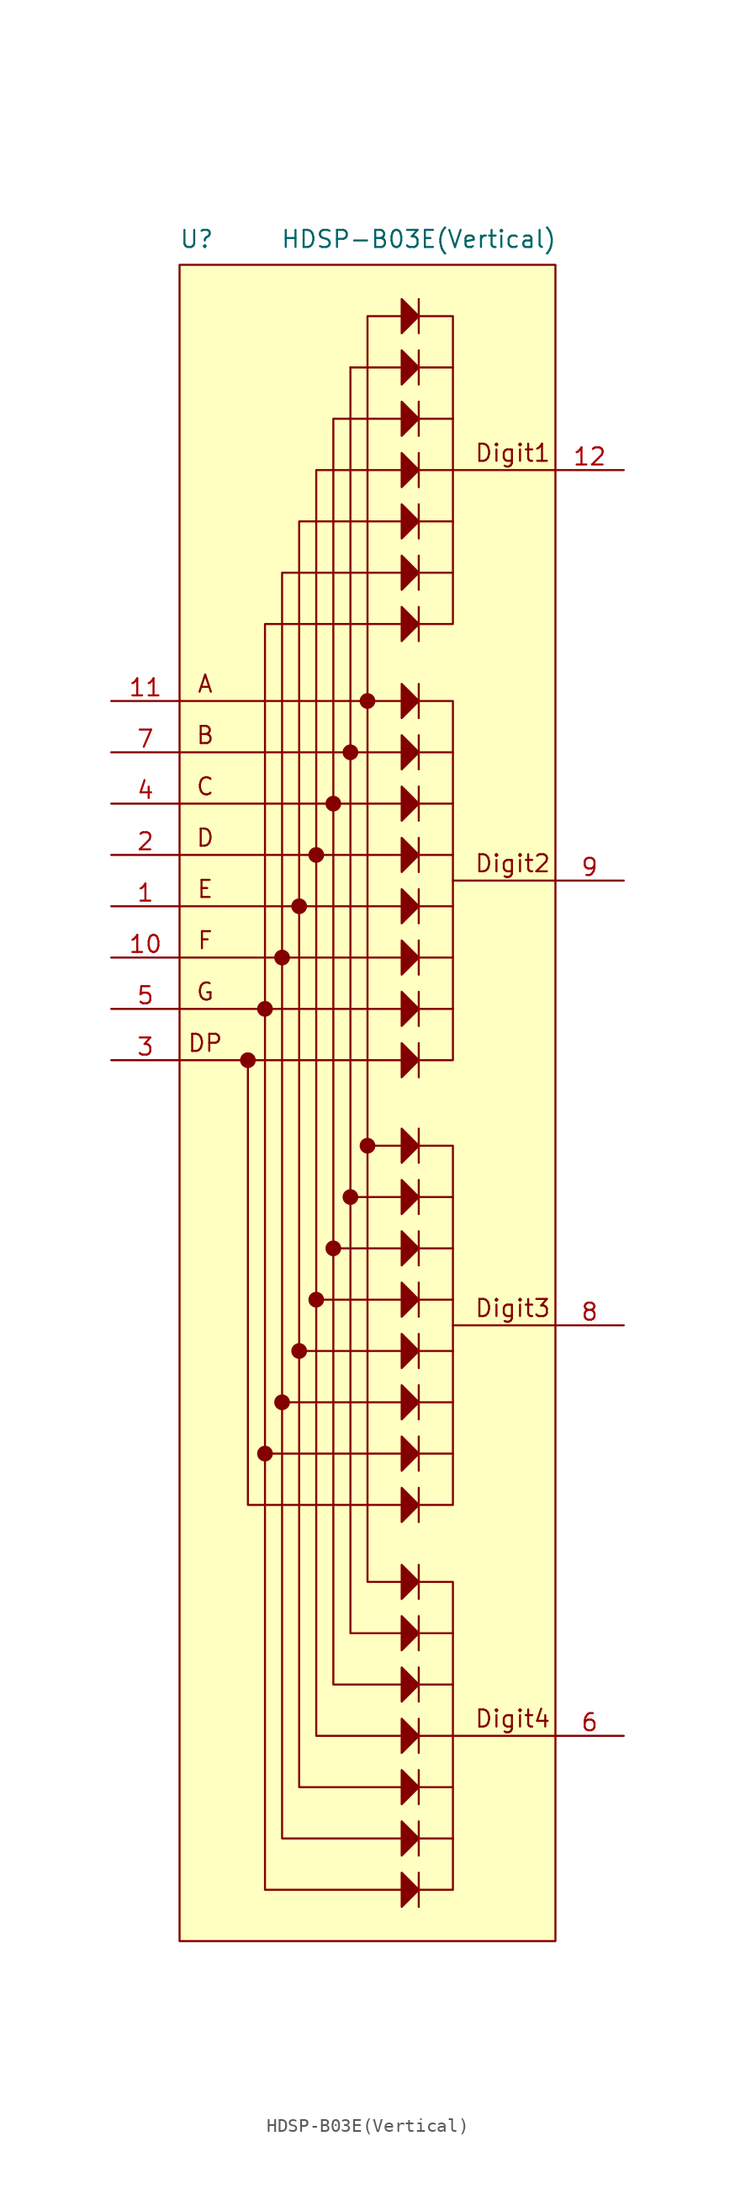
<source format=kicad_sym>
(kicad_symbol_lib
  (version 20220914)
  (generator kicad_symbol_editor)
  (symbol "HDSP-B03E(Vertical)"
    (pin_names
      (offset 1.016))
    (property "Reference" "U"
      (at -12.7 64.77 0)
      (effects (font (size 1.27 1.27))))
    (property "Value" "HDSP-B03E(Vertical)"
      (at 3.81 64.77 0)
      (effects (font (size 1.27 1.27))))
    (symbol "HDSP-B03E(Vertical)_0_1"
      (polyline (pts (xy 3.81 47.625) (xy 6.35 47.625)) (stroke (width 0) (type solid)) (fill (type none)))
      (polyline (pts (xy 6.35 47.625) (xy 13.97 47.625)) (stroke (width 0) (type solid)) (fill (type none))))
    (symbol "HDSP-B03E(Vertical)_1_0"
      (rectangle (start -13.97 62.865) (end 13.97 -61.595) (stroke (width 0) (type solid)) (fill (type background)))
      (polyline (pts (xy -8.89 3.81) (xy -13.97 3.81)) (stroke (width 0) (type solid)) (fill (type none)))
      (polyline (pts (xy -7.62 7.62) (xy -13.97 7.62)) (stroke (width 0) (type solid)) (fill (type none)))
      (polyline (pts (xy -6.35 11.43) (xy -13.97 11.43)) (stroke (width 0) (type solid)) (fill (type none)))
      (polyline (pts (xy -5.08 15.24) (xy -13.97 15.24)) (stroke (width 0) (type solid)) (fill (type none)))
      (polyline (pts (xy -3.81 19.05) (xy -13.97 19.05)) (stroke (width 0) (type solid)) (fill (type none)))
      (polyline (pts (xy -2.54 22.86) (xy -13.97 22.86)) (stroke (width 0) (type solid)) (fill (type none)))
      (polyline (pts (xy -1.27 26.67) (xy -13.97 26.67)) (stroke (width 0) (type solid)) (fill (type none)))
      (polyline (pts (xy 0 30.48) (xy -13.97 30.48)) (stroke (width 0) (type solid)) (fill (type none)))
      (polyline (pts (xy 2.54 -25.4) (xy -7.62 -25.4)) (stroke (width 0) (type solid)) (fill (type none)))
      (polyline (pts (xy 2.54 -21.59) (xy -6.35 -21.59)) (stroke (width 0) (type solid)) (fill (type none)))
      (polyline (pts (xy 2.54 -17.78) (xy -5.08 -17.78)) (stroke (width 0) (type solid)) (fill (type none)))
      (polyline (pts (xy 2.54 -13.97) (xy -3.81 -13.97)) (stroke (width 0) (type solid)) (fill (type none)))
      (polyline (pts (xy 2.54 -10.16) (xy -2.54 -10.16)) (stroke (width 0) (type solid)) (fill (type none)))
      (polyline (pts (xy 2.54 -6.35) (xy -1.27 -6.35)) (stroke (width 0) (type solid)) (fill (type none)))
      (polyline (pts (xy 2.54 -2.54) (xy 0 -2.54)) (stroke (width 0) (type solid)) (fill (type none)))
      (polyline (pts (xy 2.54 7.62) (xy -7.62 7.62)) (stroke (width 0) (type solid)) (fill (type none)))
      (polyline (pts (xy 2.54 11.43) (xy -6.35 11.43)) (stroke (width 0) (type solid)) (fill (type none)))
      (polyline (pts (xy 2.54 15.24) (xy -5.08 15.24)) (stroke (width 0) (type solid)) (fill (type none)))
      (polyline (pts (xy 2.54 19.05) (xy -3.81 19.05)) (stroke (width 0) (type solid)) (fill (type none)))
      (polyline (pts (xy 2.54 22.86) (xy -2.54 22.86)) (stroke (width 0) (type solid)) (fill (type none)))
      (polyline (pts (xy 2.54 26.67) (xy -1.27 26.67)) (stroke (width 0) (type solid)) (fill (type none)))
      (polyline (pts (xy 2.54 30.48) (xy 0 30.48)) (stroke (width 0) (type solid)) (fill (type none)))
      (polyline (pts (xy 2.54 55.245) (xy -1.27 55.245)) (stroke (width 0) (type solid)) (fill (type none)))
      (polyline (pts (xy -1.27 55.245) (xy -1.27 -38.735) (xy 2.54 -38.735)) (stroke (width 0) (type solid)) (fill (type none)))
      (polyline (pts (xy 2.54 3.81) (xy -8.89 3.81) (xy -8.89 -29.21) (xy 2.54 -29.21)) (stroke (width 0) (type solid)) (fill (type none)))
      (polyline (pts (xy 2.54 36.195) (xy -7.62 36.195) (xy -7.62 -57.785) (xy 2.54 -57.785)) (stroke (width 0) (type solid)) (fill (type none)))
      (polyline (pts (xy 2.54 40.005) (xy -6.35 40.005) (xy -6.35 -53.975) (xy 2.54 -53.975)) (stroke (width 0) (type solid)) (fill (type none)))
      (polyline (pts (xy 2.54 43.815) (xy -5.08 43.815) (xy -5.08 -50.165) (xy 2.54 -50.165)) (stroke (width 0) (type solid)) (fill (type none)))
      (polyline (pts (xy 2.54 47.625) (xy -3.81 47.625) (xy -3.81 -46.355) (xy 2.54 -46.355)) (stroke (width 0) (type solid)) (fill (type none)))
      (polyline (pts (xy 2.54 51.435) (xy -2.54 51.435) (xy -2.54 -42.545) (xy 2.54 -42.545)) (stroke (width 0) (type solid)) (fill (type none)))
      (polyline (pts (xy 2.54 59.055) (xy 0 59.055) (xy 0 -34.925) (xy 2.54 -34.925)) (stroke (width 0) (type solid)) (fill (type none)))
      (text "A" (at -12.065 31.75 0) (effects (font (size 1.27 1.27))))
      (text "B" (at -12.065 27.94 0) (effects (font (size 1.27 1.27))))
      (text "C" (at -12.065 24.13 0) (effects (font (size 1.27 1.27))))
      (text "D" (at -12.065 20.32 0) (effects (font (size 1.27 1.27))))
      (text "Digit1" (at 10.795 48.895 0) (effects (font (size 1.27 1.27))))
      (text "Digit2" (at 10.795 18.415 0) (effects (font (size 1.27 1.27))))
      (text "Digit3" (at 10.795 -14.605 0) (effects (font (size 1.27 1.27))))
      (text "Digit4" (at 10.795 -45.085 0) (effects (font (size 1.27 1.27))))
      (text "DP" (at -12.065 5.08 0) (effects (font (size 1.27 1.27))))
      (text "E" (at -12.065 16.51 0) (effects (font (size 1.27 1.27))))
      (text "F" (at -12.065 12.7 0) (effects (font (size 1.27 1.27))))
      (text "G" (at -12.065 8.89 0) (effects (font (size 1.27 1.27)))))
    (symbol "HDSP-B03E(Vertical)_1_1"
      (circle (center -8.89 3.81) (radius 0.508) (stroke (width 0) (type solid)) (fill (type outline)))
      (circle (center -7.62 -25.4) (radius 0.508) (stroke (width 0) (type solid)) (fill (type outline)))
      (circle (center -7.62 7.62) (radius 0.508) (stroke (width 0) (type solid)) (fill (type outline)))
      (circle (center -6.35 -21.59) (radius 0.508) (stroke (width 0) (type solid)) (fill (type outline)))
      (circle (center -6.35 11.43) (radius 0.508) (stroke (width 0) (type solid)) (fill (type outline)))
      (circle (center -5.08 -17.78) (radius 0.508) (stroke (width 0) (type solid)) (fill (type outline)))
      (circle (center -5.08 15.24) (radius 0.508) (stroke (width 0) (type solid)) (fill (type outline)))
      (circle (center -3.81 -13.97) (radius 0.508) (stroke (width 0) (type solid)) (fill (type outline)))
      (circle (center -3.81 19.05) (radius 0.508) (stroke (width 0) (type solid)) (fill (type outline)))
      (circle (center -2.54 -10.16) (radius 0.508) (stroke (width 0) (type solid)) (fill (type outline)))
      (circle (center -2.54 22.86) (radius 0.508) (stroke (width 0) (type solid)) (fill (type outline)))
      (circle (center -1.27 -6.35) (radius 0.508) (stroke (width 0) (type solid)) (fill (type outline)))
      (circle (center -1.27 26.67) (radius 0.508) (stroke (width 0) (type solid)) (fill (type outline)))
      (circle (center 0 -2.54) (radius 0.508) (stroke (width 0) (type solid)) (fill (type outline)))
      (polyline (pts (xy 3.81 -59.055) (xy 3.81 -56.515)) (stroke (width 0) (type solid)) (fill (type none)))
      (polyline (pts (xy 3.81 -55.245) (xy 3.81 -52.705)) (stroke (width 0) (type solid)) (fill (type none)))
      (polyline (pts (xy 3.81 -53.975) (xy 6.35 -53.975)) (stroke (width 0) (type solid)) (fill (type none)))
      (polyline (pts (xy 3.81 -51.435) (xy 3.81 -48.895)) (stroke (width 0) (type solid)) (fill (type none)))
      (polyline (pts (xy 3.81 -50.165) (xy 6.35 -50.165)) (stroke (width 0) (type solid)) (fill (type none)))
      (polyline (pts (xy 3.81 -47.625) (xy 3.81 -45.085)) (stroke (width 0) (type solid)) (fill (type none)))
      (polyline (pts (xy 3.81 -46.355) (xy 6.35 -46.355)) (stroke (width 0) (type solid)) (fill (type none)))
      (polyline (pts (xy 3.81 -43.815) (xy 3.81 -41.275)) (stroke (width 0) (type solid)) (fill (type none)))
      (polyline (pts (xy 3.81 -42.545) (xy 6.35 -42.545)) (stroke (width 0) (type solid)) (fill (type none)))
      (polyline (pts (xy 3.81 -40.005) (xy 3.81 -37.465)) (stroke (width 0) (type solid)) (fill (type none)))
      (polyline (pts (xy 3.81 -38.735) (xy 6.35 -38.735)) (stroke (width 0) (type solid)) (fill (type none)))
      (polyline (pts (xy 3.81 -36.195) (xy 3.81 -33.655)) (stroke (width 0) (type solid)) (fill (type none)))
      (polyline (pts (xy 3.81 -30.48) (xy 3.81 -27.94)) (stroke (width 0) (type solid)) (fill (type none)))
      (polyline (pts (xy 3.81 -26.67) (xy 3.81 -24.13)) (stroke (width 0) (type solid)) (fill (type none)))
      (polyline (pts (xy 3.81 -25.4) (xy 6.35 -25.4)) (stroke (width 0) (type solid)) (fill (type none)))
      (polyline (pts (xy 3.81 -22.86) (xy 3.81 -20.32)) (stroke (width 0) (type solid)) (fill (type none)))
      (polyline (pts (xy 3.81 -21.59) (xy 6.35 -21.59)) (stroke (width 0) (type solid)) (fill (type none)))
      (polyline (pts (xy 3.81 -19.05) (xy 3.81 -16.51)) (stroke (width 0) (type solid)) (fill (type none)))
      (polyline (pts (xy 3.81 -17.78) (xy 6.35 -17.78)) (stroke (width 0) (type solid)) (fill (type none)))
      (polyline (pts (xy 3.81 -15.24) (xy 3.81 -12.7)) (stroke (width 0) (type solid)) (fill (type none)))
      (polyline (pts (xy 3.81 -13.97) (xy 6.35 -13.97)) (stroke (width 0) (type solid)) (fill (type none)))
      (polyline (pts (xy 3.81 -11.43) (xy 3.81 -8.89)) (stroke (width 0) (type solid)) (fill (type none)))
      (polyline (pts (xy 3.81 -10.16) (xy 6.35 -10.16)) (stroke (width 0) (type solid)) (fill (type none)))
      (polyline (pts (xy 3.81 -7.62) (xy 3.81 -5.08)) (stroke (width 0) (type solid)) (fill (type none)))
      (polyline (pts (xy 3.81 -6.35) (xy 6.35 -6.35)) (stroke (width 0) (type solid)) (fill (type none)))
      (polyline (pts (xy 3.81 -3.81) (xy 3.81 -1.27)) (stroke (width 0) (type solid)) (fill (type none)))
      (polyline (pts (xy 3.81 2.54) (xy 3.81 5.08)) (stroke (width 0) (type solid)) (fill (type none)))
      (polyline (pts (xy 3.81 6.35) (xy 3.81 8.89)) (stroke (width 0) (type solid)) (fill (type none)))
      (polyline (pts (xy 3.81 7.62) (xy 6.35 7.62)) (stroke (width 0) (type solid)) (fill (type none)))
      (polyline (pts (xy 3.81 10.16) (xy 3.81 12.7)) (stroke (width 0) (type solid)) (fill (type none)))
      (polyline (pts (xy 3.81 11.43) (xy 6.35 11.43)) (stroke (width 0) (type solid)) (fill (type none)))
      (polyline (pts (xy 3.81 13.97) (xy 3.81 16.51)) (stroke (width 0) (type solid)) (fill (type none)))
      (polyline (pts (xy 3.81 15.24) (xy 6.35 15.24)) (stroke (width 0) (type solid)) (fill (type none)))
      (polyline (pts (xy 3.81 17.78) (xy 3.81 20.32)) (stroke (width 0) (type solid)) (fill (type none)))
      (polyline (pts (xy 3.81 19.05) (xy 6.35 19.05)) (stroke (width 0) (type solid)) (fill (type none)))
      (polyline (pts (xy 3.81 21.59) (xy 3.81 24.13)) (stroke (width 0) (type solid)) (fill (type none)))
      (polyline (pts (xy 3.81 22.86) (xy 6.35 22.86)) (stroke (width 0) (type solid)) (fill (type none)))
      (polyline (pts (xy 3.81 25.4) (xy 3.81 27.94)) (stroke (width 0) (type solid)) (fill (type none)))
      (polyline (pts (xy 3.81 26.67) (xy 6.35 26.67)) (stroke (width 0) (type solid)) (fill (type none)))
      (polyline (pts (xy 3.81 29.21) (xy 3.81 31.75)) (stroke (width 0) (type solid)) (fill (type none)))
      (polyline (pts (xy 3.81 34.925) (xy 3.81 37.465)) (stroke (width 0) (type solid)) (fill (type none)))
      (polyline (pts (xy 3.81 38.735) (xy 3.81 41.275)) (stroke (width 0) (type solid)) (fill (type none)))
      (polyline (pts (xy 3.81 40.005) (xy 6.35 40.005)) (stroke (width 0) (type solid)) (fill (type none)))
      (polyline (pts (xy 3.81 42.545) (xy 3.81 45.085)) (stroke (width 0) (type solid)) (fill (type none)))
      (polyline (pts (xy 3.81 43.815) (xy 6.35 43.815)) (stroke (width 0) (type solid)) (fill (type none)))
      (polyline (pts (xy 3.81 46.355) (xy 3.81 48.895)) (stroke (width 0) (type solid)) (fill (type none)))
      (polyline (pts (xy 3.81 50.165) (xy 3.81 52.705)) (stroke (width 0) (type solid)) (fill (type none)))
      (polyline (pts (xy 3.81 51.435) (xy 6.35 51.435)) (stroke (width 0) (type solid)) (fill (type none)))
      (polyline (pts (xy 3.81 53.975) (xy 3.81 56.515)) (stroke (width 0) (type solid)) (fill (type none)))
      (polyline (pts (xy 3.81 55.245) (xy 6.35 55.245)) (stroke (width 0) (type solid)) (fill (type none)))
      (polyline (pts (xy 3.81 57.785) (xy 3.81 60.325)) (stroke (width 0) (type solid)) (fill (type none)))
      (polyline (pts (xy 6.35 -46.355) (xy 13.97 -46.355)) (stroke (width 0) (type solid)) (fill (type none)))
      (polyline (pts (xy 6.35 -15.875) (xy 13.97 -15.875)) (stroke (width 0) (type solid)) (fill (type none)))
      (polyline (pts (xy 6.35 17.145) (xy 13.97 17.145)) (stroke (width 0) (type solid)) (fill (type none)))
      (polyline (pts (xy 3.81 -57.785) (xy 2.54 -56.515) (xy 2.54 -59.055) (xy 3.81 -57.785)) (stroke (width 0) (type solid)) (fill (type outline)))
      (polyline (pts (xy 3.81 -53.975) (xy 2.54 -52.705) (xy 2.54 -55.245) (xy 3.81 -53.975)) (stroke (width 0) (type solid)) (fill (type outline)))
      (polyline (pts (xy 3.81 -50.165) (xy 2.54 -48.895) (xy 2.54 -51.435) (xy 3.81 -50.165)) (stroke (width 0) (type solid)) (fill (type outline)))
      (polyline (pts (xy 3.81 -46.355) (xy 2.54 -45.085) (xy 2.54 -47.625) (xy 3.81 -46.355)) (stroke (width 0) (type solid)) (fill (type outline)))
      (polyline (pts (xy 3.81 -42.545) (xy 2.54 -41.275) (xy 2.54 -43.815) (xy 3.81 -42.545)) (stroke (width 0) (type solid)) (fill (type outline)))
      (polyline (pts (xy 3.81 -38.735) (xy 2.54 -37.465) (xy 2.54 -40.005) (xy 3.81 -38.735)) (stroke (width 0) (type solid)) (fill (type outline)))
      (polyline (pts (xy 3.81 -34.925) (xy 2.54 -33.655) (xy 2.54 -36.195) (xy 3.81 -34.925)) (stroke (width 0) (type solid)) (fill (type outline)))
      (polyline (pts (xy 3.81 -34.925) (xy 6.35 -34.925) (xy 6.35 -57.785) (xy 3.81 -57.785)) (stroke (width 0) (type solid)) (fill (type none)))
      (polyline (pts (xy 3.81 -29.21) (xy 2.54 -27.94) (xy 2.54 -30.48) (xy 3.81 -29.21)) (stroke (width 0) (type solid)) (fill (type outline)))
      (polyline (pts (xy 3.81 -25.4) (xy 2.54 -24.13) (xy 2.54 -26.67) (xy 3.81 -25.4)) (stroke (width 0) (type solid)) (fill (type outline)))
      (polyline (pts (xy 3.81 -21.59) (xy 2.54 -20.32) (xy 2.54 -22.86) (xy 3.81 -21.59)) (stroke (width 0) (type solid)) (fill (type outline)))
      (polyline (pts (xy 3.81 -17.78) (xy 2.54 -16.51) (xy 2.54 -19.05) (xy 3.81 -17.78)) (stroke (width 0) (type solid)) (fill (type outline)))
      (polyline (pts (xy 3.81 -13.97) (xy 2.54 -12.7) (xy 2.54 -15.24) (xy 3.81 -13.97)) (stroke (width 0) (type solid)) (fill (type outline)))
      (polyline (pts (xy 3.81 -10.16) (xy 2.54 -8.89) (xy 2.54 -11.43) (xy 3.81 -10.16)) (stroke (width 0) (type solid)) (fill (type outline)))
      (polyline (pts (xy 3.81 -6.35) (xy 2.54 -5.08) (xy 2.54 -7.62) (xy 3.81 -6.35)) (stroke (width 0) (type solid)) (fill (type outline)))
      (polyline (pts (xy 3.81 -2.54) (xy 2.54 -1.27) (xy 2.54 -3.81) (xy 3.81 -2.54)) (stroke (width 0) (type solid)) (fill (type outline)))
      (polyline (pts (xy 3.81 -2.54) (xy 6.35 -2.54) (xy 6.35 -29.21) (xy 3.81 -29.21)) (stroke (width 0) (type solid)) (fill (type none)))
      (polyline (pts (xy 3.81 3.81) (xy 2.54 5.08) (xy 2.54 2.54) (xy 3.81 3.81)) (stroke (width 0) (type solid)) (fill (type outline)))
      (polyline (pts (xy 3.81 7.62) (xy 2.54 8.89) (xy 2.54 6.35) (xy 3.81 7.62)) (stroke (width 0) (type solid)) (fill (type outline)))
      (polyline (pts (xy 3.81 11.43) (xy 2.54 12.7) (xy 2.54 10.16) (xy 3.81 11.43)) (stroke (width 0) (type solid)) (fill (type outline)))
      (polyline (pts (xy 3.81 15.24) (xy 2.54 16.51) (xy 2.54 13.97) (xy 3.81 15.24)) (stroke (width 0) (type solid)) (fill (type outline)))
      (polyline (pts (xy 3.81 19.05) (xy 2.54 20.32) (xy 2.54 17.78) (xy 3.81 19.05)) (stroke (width 0) (type solid)) (fill (type outline)))
      (polyline (pts (xy 3.81 22.86) (xy 2.54 24.13) (xy 2.54 21.59) (xy 3.81 22.86)) (stroke (width 0) (type solid)) (fill (type outline)))
      (polyline (pts (xy 3.81 26.67) (xy 2.54 27.94) (xy 2.54 25.4) (xy 3.81 26.67)) (stroke (width 0) (type solid)) (fill (type outline)))
      (polyline (pts (xy 3.81 30.48) (xy 2.54 31.75) (xy 2.54 29.21) (xy 3.81 30.48)) (stroke (width 0) (type solid)) (fill (type outline)))
      (polyline (pts (xy 3.81 30.48) (xy 6.35 30.48) (xy 6.35 3.81) (xy 3.81 3.81)) (stroke (width 0) (type solid)) (fill (type none)))
      (polyline (pts (xy 3.81 36.195) (xy 2.54 37.465) (xy 2.54 34.925) (xy 3.81 36.195)) (stroke (width 0) (type solid)) (fill (type outline)))
      (polyline (pts (xy 3.81 40.005) (xy 2.54 41.275) (xy 2.54 38.735) (xy 3.81 40.005)) (stroke (width 0) (type solid)) (fill (type outline)))
      (polyline (pts (xy 3.81 43.815) (xy 2.54 45.085) (xy 2.54 42.545) (xy 3.81 43.815)) (stroke (width 0) (type solid)) (fill (type outline)))
      (polyline (pts (xy 3.81 47.625) (xy 2.54 48.895) (xy 2.54 46.355) (xy 3.81 47.625)) (stroke (width 0) (type solid)) (fill (type outline)))
      (polyline (pts (xy 3.81 51.435) (xy 2.54 52.705) (xy 2.54 50.165) (xy 3.81 51.435)) (stroke (width 0) (type solid)) (fill (type outline)))
      (polyline (pts (xy 3.81 55.245) (xy 2.54 56.515) (xy 2.54 53.975) (xy 3.81 55.245)) (stroke (width 0) (type solid)) (fill (type outline)))
      (polyline (pts (xy 3.81 59.055) (xy 2.54 60.325) (xy 2.54 57.785) (xy 3.81 59.055)) (stroke (width 0) (type solid)) (fill (type outline)))
      (polyline (pts (xy 3.81 59.055) (xy 6.35 59.055) (xy 6.35 36.195) (xy 3.81 36.195)) (stroke (width 0) (type solid)) (fill (type none)))
      (circle (center 0 30.48) (radius 0.508) (stroke (width 0) (type solid)) (fill (type outline)))
      (pin input line (at -19.05 15.24 0) (length 5.08) (name "~" (effects (font (size 1.27 1.27)))) (number "1" (effects (font (size 1.27 1.27)))))
      (pin input line (at -19.05 11.43 0) (length 5.08) (name "~" (effects (font (size 1.27 1.27)))) (number "10" (effects (font (size 1.27 1.27)))))
      (pin input line (at -19.05 30.48 0) (length 5.08) (name "~" (effects (font (size 1.27 1.27)))) (number "11" (effects (font (size 1.27 1.27)))))
      (pin input line (at 19.05 47.625 180) (length 5.08) (name "~" (effects (font (size 1.27 1.27)))) (number "12" (effects (font (size 1.27 1.27)))))
      (pin input line (at -19.05 19.05 0) (length 5.08) (name "~" (effects (font (size 1.27 1.27)))) (number "2" (effects (font (size 1.27 1.27)))))
      (pin input line (at -19.05 3.81 0) (length 5.08) (name "~" (effects (font (size 1.27 1.27)))) (number "3" (effects (font (size 1.27 1.27)))))
      (pin input line (at -19.05 22.86 0) (length 5.08) (name "~" (effects (font (size 1.27 1.27)))) (number "4" (effects (font (size 1.27 1.27)))))
      (pin input line (at -19.05 7.62 0) (length 5.08) (name "~" (effects (font (size 1.27 1.27)))) (number "5" (effects (font (size 1.27 1.27)))))
      (pin input line (at 19.05 -46.355 180) (length 5.08) (name "~" (effects (font (size 1.27 1.27)))) (number "6" (effects (font (size 1.27 1.27)))))
      (pin input line (at -19.05 26.67 0) (length 5.08) (name "~" (effects (font (size 1.27 1.27)))) (number "7" (effects (font (size 1.27 1.27)))))
      (pin input line (at 19.05 -15.875 180) (length 5.08) (name "~" (effects (font (size 1.27 1.27)))) (number "8" (effects (font (size 1.27 1.27)))))
      (pin input line (at 19.05 17.145 180) (length 5.08) (name "~" (effects (font (size 1.27 1.27)))) (number "9" (effects (font (size 1.27 1.27))))))))
</source>
